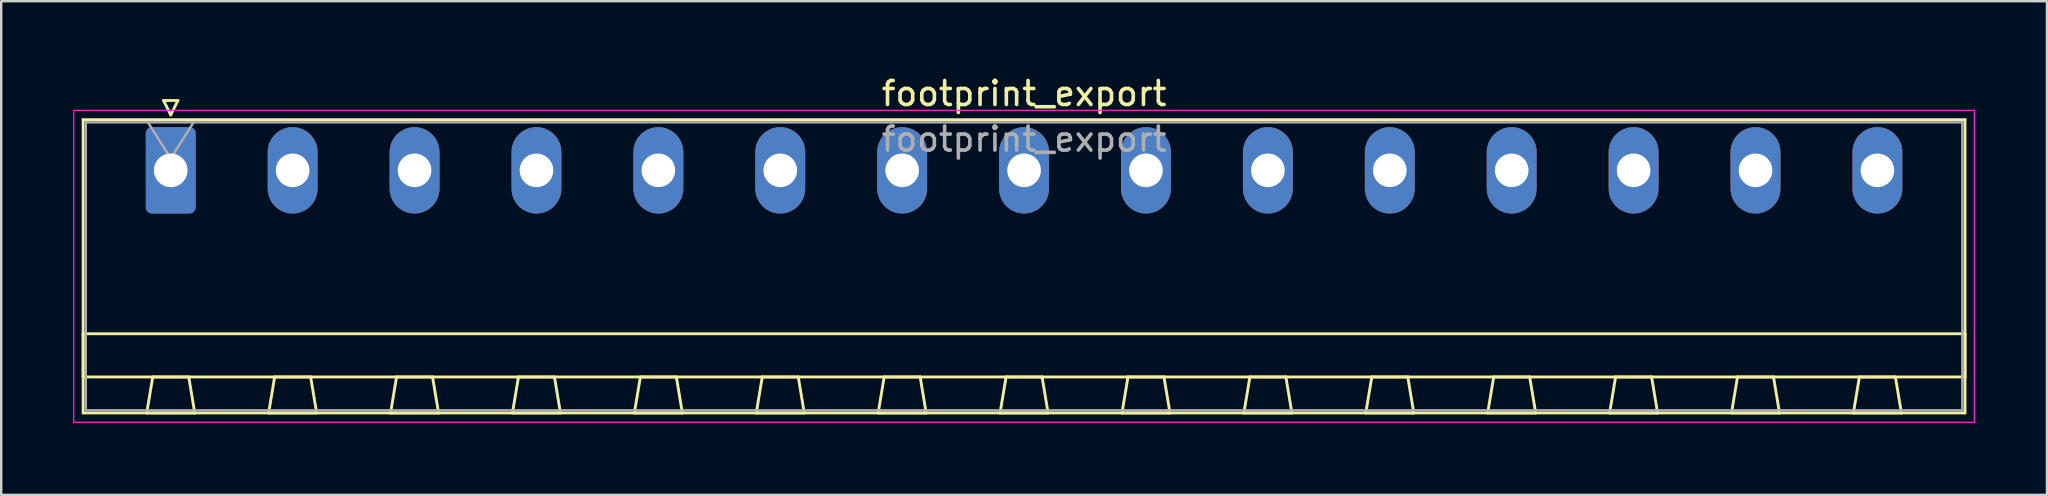
<source format=kicad_pcb>
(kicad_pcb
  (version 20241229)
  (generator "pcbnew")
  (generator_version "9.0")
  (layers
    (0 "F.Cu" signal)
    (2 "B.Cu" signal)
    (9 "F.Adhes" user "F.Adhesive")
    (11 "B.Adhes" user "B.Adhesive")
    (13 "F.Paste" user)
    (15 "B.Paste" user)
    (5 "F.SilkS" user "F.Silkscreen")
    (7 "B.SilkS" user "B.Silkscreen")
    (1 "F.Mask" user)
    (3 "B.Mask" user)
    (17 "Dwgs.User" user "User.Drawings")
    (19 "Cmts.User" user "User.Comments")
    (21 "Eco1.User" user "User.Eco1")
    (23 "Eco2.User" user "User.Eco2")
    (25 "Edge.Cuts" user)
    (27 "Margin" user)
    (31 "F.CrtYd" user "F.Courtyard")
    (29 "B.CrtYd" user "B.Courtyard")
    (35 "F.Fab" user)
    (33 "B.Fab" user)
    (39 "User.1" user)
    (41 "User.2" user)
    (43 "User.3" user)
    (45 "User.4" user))
  (footprint "footprint_export"
    (layer "F.Cu")
    (at 4.065 4.048)
    (property "Reference" "footprint_export" (at 35.56 -3.2 0) (layer "F.SilkS") (effects (font (size 1 1) (thickness 0.15))))
    (attr through_hole)
    (fp_line (start -3.65 -2.11) (end -3.65 10.11) (stroke (width 0.12) (type solid)) (layer "F.SilkS"))
    (fp_line (start -3.65 6.81) (end 74.77 6.81) (stroke (width 0.12) (type solid)) (layer "F.SilkS"))
    (fp_line (start -3.65 8.61) (end -3.65 6.81) (stroke (width 0.12) (type solid)) (layer "F.SilkS"))
    (fp_line (start -3.65 10.11) (end 74.77 10.11) (stroke (width 0.12) (type solid)) (layer "F.SilkS"))
    (fp_line (start -1 10.11) (end 1 10.11) (stroke (width 0.12) (type solid)) (layer "F.SilkS"))
    (fp_line (start -0.75 8.61) (end -1 10.11) (stroke (width 0.12) (type solid)) (layer "F.SilkS"))
    (fp_line (start -0.3 -2.91) (end 0.3 -2.91) (stroke (width 0.12) (type solid)) (layer "F.SilkS"))
    (fp_line (start 0 -2.31) (end -0.3 -2.91) (stroke (width 0.12) (type solid)) (layer "F.SilkS"))
    (fp_line (start 0.3 -2.91) (end 0 -2.31) (stroke (width 0.12) (type solid)) (layer "F.SilkS"))
    (fp_line (start 0.75 8.61) (end -0.75 8.61) (stroke (width 0.12) (type solid)) (layer "F.SilkS"))
    (fp_line (start 1 10.11) (end 0.75 8.61) (stroke (width 0.12) (type solid)) (layer "F.SilkS"))
    (fp_line (start 4.08 10.11) (end 6.08 10.11) (stroke (width 0.12) (type solid)) (layer "F.SilkS"))
    (fp_line (start 4.33 8.61) (end 4.08 10.11) (stroke (width 0.12) (type solid)) (layer "F.SilkS"))
    (fp_line (start 5.83 8.61) (end 4.33 8.61) (stroke (width 0.12) (type solid)) (layer "F.SilkS"))
    (fp_line (start 6.08 10.11) (end 5.83 8.61) (stroke (width 0.12) (type solid)) (layer "F.SilkS"))
    (fp_line (start 9.16 10.11) (end 11.16 10.11) (stroke (width 0.12) (type solid)) (layer "F.SilkS"))
    (fp_line (start 9.41 8.61) (end 9.16 10.11) (stroke (width 0.12) (type solid)) (layer "F.SilkS"))
    (fp_line (start 10.91 8.61) (end 9.41 8.61) (stroke (width 0.12) (type solid)) (layer "F.SilkS"))
    (fp_line (start 11.16 10.11) (end 10.91 8.61) (stroke (width 0.12) (type solid)) (layer "F.SilkS"))
    (fp_line (start 14.24 10.11) (end 16.24 10.11) (stroke (width 0.12) (type solid)) (layer "F.SilkS"))
    (fp_line (start 14.49 8.61) (end 14.24 10.11) (stroke (width 0.12) (type solid)) (layer "F.SilkS"))
    (fp_line (start 15.99 8.61) (end 14.49 8.61) (stroke (width 0.12) (type solid)) (layer "F.SilkS"))
    (fp_line (start 16.24 10.11) (end 15.99 8.61) (stroke (width 0.12) (type solid)) (layer "F.SilkS"))
    (fp_line (start 19.32 10.11) (end 21.32 10.11) (stroke (width 0.12) (type solid)) (layer "F.SilkS"))
    (fp_line (start 19.57 8.61) (end 19.32 10.11) (stroke (width 0.12) (type solid)) (layer "F.SilkS"))
    (fp_line (start 21.07 8.61) (end 19.57 8.61) (stroke (width 0.12) (type solid)) (layer "F.SilkS"))
    (fp_line (start 21.32 10.11) (end 21.07 8.61) (stroke (width 0.12) (type solid)) (layer "F.SilkS"))
    (fp_line (start 24.4 10.11) (end 26.4 10.11) (stroke (width 0.12) (type solid)) (layer "F.SilkS"))
    (fp_line (start 24.65 8.61) (end 24.4 10.11) (stroke (width 0.12) (type solid)) (layer "F.SilkS"))
    (fp_line (start 26.15 8.61) (end 24.65 8.61) (stroke (width 0.12) (type solid)) (layer "F.SilkS"))
    (fp_line (start 26.4 10.11) (end 26.15 8.61) (stroke (width 0.12) (type solid)) (layer "F.SilkS"))
    (fp_line (start 29.48 10.11) (end 31.48 10.11) (stroke (width 0.12) (type solid)) (layer "F.SilkS"))
    (fp_line (start 29.73 8.61) (end 29.48 10.11) (stroke (width 0.12) (type solid)) (layer "F.SilkS"))
    (fp_line (start 31.23 8.61) (end 29.73 8.61) (stroke (width 0.12) (type solid)) (layer "F.SilkS"))
    (fp_line (start 31.48 10.11) (end 31.23 8.61) (stroke (width 0.12) (type solid)) (layer "F.SilkS"))
    (fp_line (start 34.56 10.11) (end 36.56 10.11) (stroke (width 0.12) (type solid)) (layer "F.SilkS"))
    (fp_line (start 34.81 8.61) (end 34.56 10.11) (stroke (width 0.12) (type solid)) (layer "F.SilkS"))
    (fp_line (start 36.31 8.61) (end 34.81 8.61) (stroke (width 0.12) (type solid)) (layer "F.SilkS"))
    (fp_line (start 36.56 10.11) (end 36.31 8.61) (stroke (width 0.12) (type solid)) (layer "F.SilkS"))
    (fp_line (start 39.64 10.11) (end 41.64 10.11) (stroke (width 0.12) (type solid)) (layer "F.SilkS"))
    (fp_line (start 39.89 8.61) (end 39.64 10.11) (stroke (width 0.12) (type solid)) (layer "F.SilkS"))
    (fp_line (start 41.39 8.61) (end 39.89 8.61) (stroke (width 0.12) (type solid)) (layer "F.SilkS"))
    (fp_line (start 41.64 10.11) (end 41.39 8.61) (stroke (width 0.12) (type solid)) (layer "F.SilkS"))
    (fp_line (start 44.72 10.11) (end 46.72 10.11) (stroke (width 0.12) (type solid)) (layer "F.SilkS"))
    (fp_line (start 44.97 8.61) (end 44.72 10.11) (stroke (width 0.12) (type solid)) (layer "F.SilkS"))
    (fp_line (start 46.47 8.61) (end 44.97 8.61) (stroke (width 0.12) (type solid)) (layer "F.SilkS"))
    (fp_line (start 46.72 10.11) (end 46.47 8.61) (stroke (width 0.12) (type solid)) (layer "F.SilkS"))
    (fp_line (start 49.8 10.11) (end 51.8 10.11) (stroke (width 0.12) (type solid)) (layer "F.SilkS"))
    (fp_line (start 50.05 8.61) (end 49.8 10.11) (stroke (width 0.12) (type solid)) (layer "F.SilkS"))
    (fp_line (start 51.55 8.61) (end 50.05 8.61) (stroke (width 0.12) (type solid)) (layer "F.SilkS"))
    (fp_line (start 51.8 10.11) (end 51.55 8.61) (stroke (width 0.12) (type solid)) (layer "F.SilkS"))
    (fp_line (start 54.88 10.11) (end 56.88 10.11) (stroke (width 0.12) (type solid)) (layer "F.SilkS"))
    (fp_line (start 55.13 8.61) (end 54.88 10.11) (stroke (width 0.12) (type solid)) (layer "F.SilkS"))
    (fp_line (start 56.63 8.61) (end 55.13 8.61) (stroke (width 0.12) (type solid)) (layer "F.SilkS"))
    (fp_line (start 56.88 10.11) (end 56.63 8.61) (stroke (width 0.12) (type solid)) (layer "F.SilkS"))
    (fp_line (start 59.96 10.11) (end 61.96 10.11) (stroke (width 0.12) (type solid)) (layer "F.SilkS"))
    (fp_line (start 60.21 8.61) (end 59.96 10.11) (stroke (width 0.12) (type solid)) (layer "F.SilkS"))
    (fp_line (start 61.71 8.61) (end 60.21 8.61) (stroke (width 0.12) (type solid)) (layer "F.SilkS"))
    (fp_line (start 61.96 10.11) (end 61.71 8.61) (stroke (width 0.12) (type solid)) (layer "F.SilkS"))
    (fp_line (start 65.04 10.11) (end 67.04 10.11) (stroke (width 0.12) (type solid)) (layer "F.SilkS"))
    (fp_line (start 65.29 8.61) (end 65.04 10.11) (stroke (width 0.12) (type solid)) (layer "F.SilkS"))
    (fp_line (start 66.79 8.61) (end 65.29 8.61) (stroke (width 0.12) (type solid)) (layer "F.SilkS"))
    (fp_line (start 67.04 10.11) (end 66.79 8.61) (stroke (width 0.12) (type solid)) (layer "F.SilkS"))
    (fp_line (start 70.12 10.11) (end 72.12 10.11) (stroke (width 0.12) (type solid)) (layer "F.SilkS"))
    (fp_line (start 70.37 8.61) (end 70.12 10.11) (stroke (width 0.12) (type solid)) (layer "F.SilkS"))
    (fp_line (start 71.87 8.61) (end 70.37 8.61) (stroke (width 0.12) (type solid)) (layer "F.SilkS"))
    (fp_line (start 72.12 10.11) (end 71.87 8.61) (stroke (width 0.12) (type solid)) (layer "F.SilkS"))
    (fp_line (start 74.77 -2.11) (end -3.65 -2.11) (stroke (width 0.12) (type solid)) (layer "F.SilkS"))
    (fp_line (start 74.77 6.81) (end 74.77 8.61) (stroke (width 0.12) (type solid)) (layer "F.SilkS"))
    (fp_line (start 74.77 8.61) (end -3.65 8.61) (stroke (width 0.12) (type solid)) (layer "F.SilkS"))
    (fp_line (start 74.77 10.11) (end 74.77 -2.11) (stroke (width 0.12) (type solid)) (layer "F.SilkS"))
    (fp_line (start -4.04 -2.5) (end -4.04 10.5) (stroke (width 0.05) (type solid)) (layer "F.CrtYd"))
    (fp_line (start -4.04 10.5) (end 75.16 10.5) (stroke (width 0.05) (type solid)) (layer "F.CrtYd"))
    (fp_line (start 75.16 -2.5) (end -4.04 -2.5) (stroke (width 0.05) (type solid)) (layer "F.CrtYd"))
    (fp_line (start 75.16 10.5) (end 75.16 -2.5) (stroke (width 0.05) (type solid)) (layer "F.CrtYd"))
    (fp_line (start -3.54 -2) (end -3.54 10) (stroke (width 0.1) (type solid)) (layer "F.Fab"))
    (fp_line (start -3.54 10) (end 74.66 10) (stroke (width 0.1) (type solid)) (layer "F.Fab"))
    (fp_line (start 0 -0.5) (end -0.95 -2) (stroke (width 0.1) (type solid)) (layer "F.Fab"))
    (fp_line (start 0.95 -2) (end 0 -0.5) (stroke (width 0.1) (type solid)) (layer "F.Fab"))
    (fp_line (start 74.66 -2) (end -3.54 -2) (stroke (width 0.1) (type solid)) (layer "F.Fab"))
    (fp_line (start 74.66 10) (end 74.66 -2) (stroke (width 0.1) (type solid)) (layer "F.Fab"))
    (fp_text user "${REFERENCE}" (at 35.56 -1.3 0) (layer "F.Fab") (effects (font (size 1 1) (thickness 0.15))))
    (pad "1" thru_hole roundrect (at 0 0) (size 2.08 3.6) (drill 1.4) (layers "*.Cu" "*.Mask") (roundrect_rratio 0.12))
    (pad "2" thru_hole oval (at 5.08 0) (size 2.08 3.6) (drill 1.4) (layers "*.Cu" "*.Mask"))
    (pad "3" thru_hole oval (at 10.16 0) (size 2.08 3.6) (drill 1.4) (layers "*.Cu" "*.Mask"))
    (pad "4" thru_hole oval (at 15.24 0) (size 2.08 3.6) (drill 1.4) (layers "*.Cu" "*.Mask"))
    (pad "5" thru_hole oval (at 20.32 0) (size 2.08 3.6) (drill 1.4) (layers "*.Cu" "*.Mask"))
    (pad "6" thru_hole oval (at 25.4 0) (size 2.08 3.6) (drill 1.4) (layers "*.Cu" "*.Mask"))
    (pad "7" thru_hole oval (at 30.48 0) (size 2.08 3.6) (drill 1.4) (layers "*.Cu" "*.Mask"))
    (pad "8" thru_hole oval (at 35.56 0) (size 2.08 3.6) (drill 1.4) (layers "*.Cu" "*.Mask"))
    (pad "9" thru_hole oval (at 40.64 0) (size 2.08 3.6) (drill 1.4) (layers "*.Cu" "*.Mask"))
    (pad "10" thru_hole oval (at 45.72 0) (size 2.08 3.6) (drill 1.4) (layers "*.Cu" "*.Mask"))
    (pad "11" thru_hole oval (at 50.8 0) (size 2.08 3.6) (drill 1.4) (layers "*.Cu" "*.Mask"))
    (pad "12" thru_hole oval (at 55.88 0) (size 2.08 3.6) (drill 1.4) (layers "*.Cu" "*.Mask"))
    (pad "13" thru_hole oval (at 60.96 0) (size 2.08 3.6) (drill 1.4) (layers "*.Cu" "*.Mask"))
    (pad "14" thru_hole oval (at 66.04 0) (size 2.08 3.6) (drill 1.4) (layers "*.Cu" "*.Mask"))
    (pad "15" thru_hole oval (at 71.12 0) (size 2.08 3.6) (drill 1.4) (layers "*.Cu" "*.Mask")))
  (gr_rect
    (start -3 -3)
    (end 82.25 17.573)
    (stroke (width 0.1) (type default))
    (fill no)
    (layer "Edge.Cuts")))
</source>
